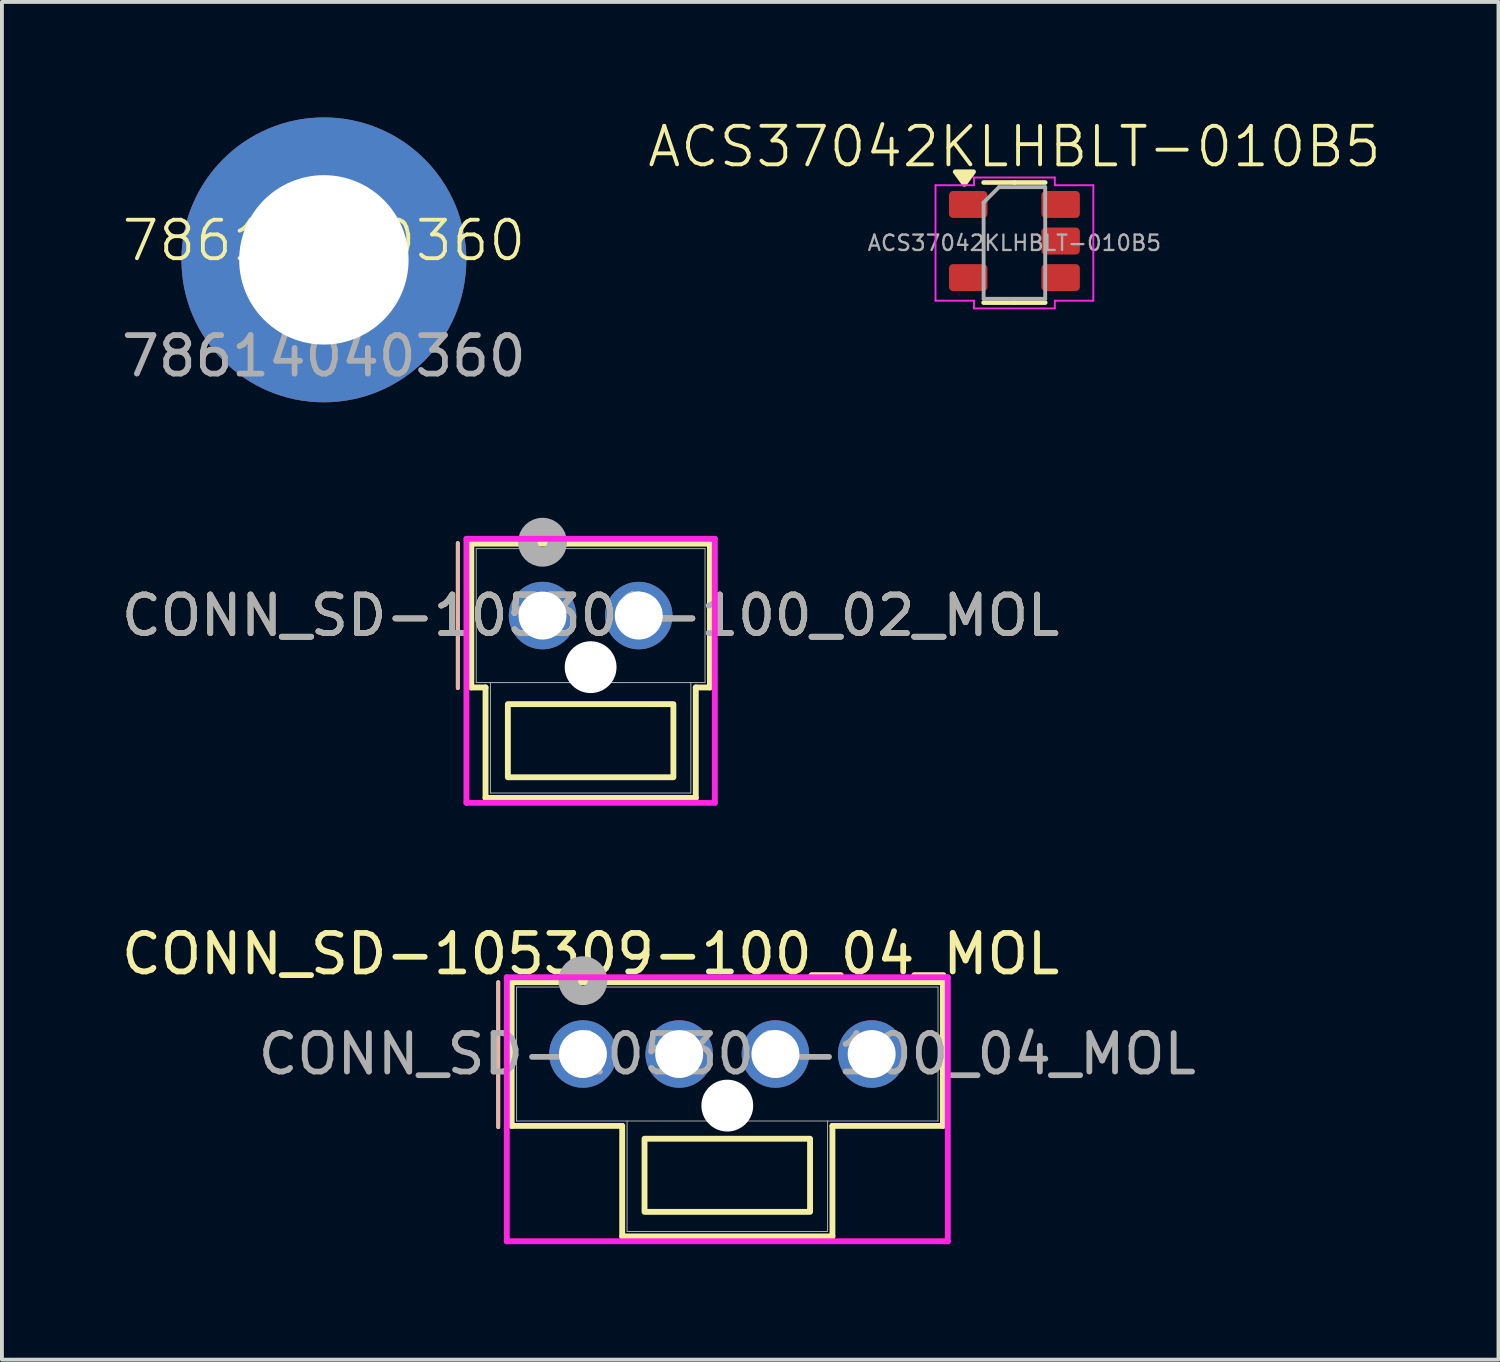
<source format=kicad_pcb>
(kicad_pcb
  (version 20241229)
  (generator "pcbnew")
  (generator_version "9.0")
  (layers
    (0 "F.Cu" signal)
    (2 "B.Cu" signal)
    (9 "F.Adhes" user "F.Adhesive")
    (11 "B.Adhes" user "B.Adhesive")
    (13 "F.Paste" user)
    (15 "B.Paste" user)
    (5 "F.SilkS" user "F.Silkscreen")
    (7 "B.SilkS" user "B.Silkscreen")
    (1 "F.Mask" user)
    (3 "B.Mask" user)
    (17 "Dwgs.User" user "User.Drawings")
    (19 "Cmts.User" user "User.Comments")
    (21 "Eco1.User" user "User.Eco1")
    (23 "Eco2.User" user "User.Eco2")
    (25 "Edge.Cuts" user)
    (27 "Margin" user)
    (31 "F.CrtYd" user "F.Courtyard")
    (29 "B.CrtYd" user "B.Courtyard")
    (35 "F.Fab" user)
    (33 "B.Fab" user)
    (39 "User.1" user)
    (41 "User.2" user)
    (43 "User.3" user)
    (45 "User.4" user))
  (footprint "ACS37042KLHBLT-010B5"
    (layer "F.Cu")
    (at 23.3 3.211)
    (property "Reference" "ACS37042KLHBLT-010B5" (at 0 -2.45 0) (unlocked yes) (layer "F.SilkS") (effects (font (size 1 1) (thickness 0.1))))
    (attr board_only exclude_from_pos_files exclude_from_bom)
    (fp_line (start 0 -1.52) (end -0.8 -1.52) (stroke (width 0.12) (type solid)) (layer "F.SilkS"))
    (fp_line (start 0 -1.52) (end 0.8 -1.52) (stroke (width 0.12) (type solid)) (layer "F.SilkS"))
    (fp_line (start 0 1.6) (end -0.8 1.6) (stroke (width 0.12) (type solid)) (layer "F.SilkS"))
    (fp_line (start 0 1.6) (end 0.8 1.6) (stroke (width 0.12) (type solid)) (layer "F.SilkS"))
    (fp_poly (pts (xy -1.3 -1.47) (xy -1.54 -1.8) (xy -1.06 -1.8)) (stroke (width 0.12) (type solid)) (fill yes) (layer "F.SilkS"))
    (fp_line (start -2.05 -1.45) (end -1.05 -1.45) (stroke (width 0.05) (type solid)) (layer "F.CrtYd"))
    (fp_line (start -2.05 1.55) (end -2.05 -1.45) (stroke (width 0.05) (type solid)) (layer "F.CrtYd"))
    (fp_line (start -1.05 -1.65) (end 1.05 -1.65) (stroke (width 0.05) (type solid)) (layer "F.CrtYd"))
    (fp_line (start -1.05 -1.45) (end -1.05 -1.65) (stroke (width 0.05) (type solid)) (layer "F.CrtYd"))
    (fp_line (start -1.05 1.55) (end -2.05 1.55) (stroke (width 0.05) (type solid)) (layer "F.CrtYd"))
    (fp_line (start -1.05 1.75) (end -1.05 1.55) (stroke (width 0.05) (type solid)) (layer "F.CrtYd"))
    (fp_line (start 1.05 -1.65) (end 1.05 -1.45) (stroke (width 0.05) (type solid)) (layer "F.CrtYd"))
    (fp_line (start 1.05 -1.45) (end 2.05 -1.45) (stroke (width 0.05) (type solid)) (layer "F.CrtYd"))
    (fp_line (start 1.05 1.55) (end 1.05 1.75) (stroke (width 0.05) (type solid)) (layer "F.CrtYd"))
    (fp_line (start 1.05 1.75) (end -1.05 1.75) (stroke (width 0.05) (type solid)) (layer "F.CrtYd"))
    (fp_line (start 2.05 -1.45) (end 2.05 1.55) (stroke (width 0.05) (type solid)) (layer "F.CrtYd"))
    (fp_line (start 2.05 1.55) (end 1.05 1.55) (stroke (width 0.05) (type solid)) (layer "F.CrtYd"))
    (fp_line (start -0.8 -1) (end -0.4 -1.4) (stroke (width 0.1) (type solid)) (layer "F.Fab"))
    (fp_line (start -0.8 1.5) (end -0.8 -1) (stroke (width 0.1) (type solid)) (layer "F.Fab"))
    (fp_line (start -0.4 -1.4) (end 0.8 -1.4) (stroke (width 0.1) (type solid)) (layer "F.Fab"))
    (fp_line (start 0.8 -1.4) (end 0.8 1.5) (stroke (width 0.1) (type solid)) (layer "F.Fab"))
    (fp_line (start 0.8 1.5) (end -0.8 1.5) (stroke (width 0.1) (type solid)) (layer "F.Fab"))
    (fp_text user "${REFERENCE}" (at 0 0.05 0) (layer "F.Fab") (effects (font (size 0.4 0.4) (thickness 0.06))))
    (pad "1" smd roundrect (at -1.2 -0.95) (size 1 0.7) (layers "F.Cu" "F.Mask" "F.Paste") (roundrect_rratio 0.15))
    (pad "2" smd roundrect (at -1.2 0.95) (size 1 0.7) (layers "F.Cu" "F.Mask" "F.Paste") (roundrect_rratio 0.15))
    (pad "3" smd roundrect (at 1.2 0.95) (size 1 0.7) (layers "F.Cu" "F.Mask" "F.Paste") (roundrect_rratio 0.15))
    (pad "4" smd roundrect (at 1.2 0) (size 1 0.7) (layers "F.Cu" "F.Mask" "F.Paste") (roundrect_rratio 0.15))
    (pad "5" smd roundrect (at 1.2 -0.95) (size 1 0.7) (layers "F.Cu" "F.Mask" "F.Paste") (roundrect_rratio 0.15)))
  (footprint "78614040360"
    (layer "F.Cu")
    (at 5.363 3.7)
    (property "Reference" "78614040360" (at 0 -0.5 0) (unlocked yes) (layer "F.SilkS") (effects (font (size 1 1) (thickness 0.1))))
    (attr board_only exclude_from_pos_files exclude_from_bom)
    (fp_text user "${REFERENCE}" (at 0 2.5 0) (unlocked yes) (layer "F.Fab") (effects (font (size 1 1) (thickness 0.15))))
    (pad "" thru_hole circle (at 0 0) (size 7.4 7.4) (drill 4.4) (layers "*.Cu" "*.Mask")))
  (footprint "CONN_SD-105309-100_04_MOL"
    (layer "F.Cu")
    (at 12.092 24.329)
    (property "Reference" "CONN_SD-105309-100_04_MOL" (at 0.2 -2.6 0) (unlocked yes) (layer "F.SilkS") (effects (font (size 1 1) (thickness 0.15))))
    (attr through_hole)
    (fp_line (start -2.2 -1.867) (end -2.2 1.9) (stroke (width 0.1) (type default)) (layer "F.SilkS"))
    (fp_line (start -1.851 -1.867) (end -1.851 1.867) (stroke (width 0.152) (type solid)) (layer "F.SilkS"))
    (fp_line (start -1.851 1.867) (end 1.02 1.867) (stroke (width 0.152) (type solid)) (layer "F.SilkS"))
    (fp_line (start 1.02 1.867) (end 1.02 4.737) (stroke (width 0.152) (type solid)) (layer "F.SilkS"))
    (fp_line (start 1.02 4.737) (end 6.481 4.737) (stroke (width 0.152) (type solid)) (layer "F.SilkS"))
    (fp_line (start 6.481 1.867) (end 9.351 1.867) (stroke (width 0.152) (type solid)) (layer "F.SilkS"))
    (fp_line (start 6.481 4.737) (end 6.481 1.867) (stroke (width 0.152) (type solid)) (layer "F.SilkS"))
    (fp_line (start 9.351 -1.867) (end -1.851 -1.867) (stroke (width 0.152) (type solid)) (layer "F.SilkS"))
    (fp_line (start 9.351 1.867) (end 9.351 -1.867) (stroke (width 0.152) (type solid)) (layer "F.SilkS"))
    (fp_rect (start 1.6 2.2) (end 5.9 4.1) (stroke (width 0.152) (type solid)) (fill no) (layer "F.SilkS"))
    (fp_line (start -2.2 1.9) (end -2.2 -1.867) (stroke (width 0.1) (type default)) (layer "B.SilkS"))
    (fp_line (start -1.978 -1.994) (end -1.978 4.864) (stroke (width 0.152) (type solid)) (layer "F.CrtYd"))
    (fp_line (start -1.978 4.864) (end 9.478 4.864) (stroke (width 0.152) (type solid)) (layer "F.CrtYd"))
    (fp_line (start 9.478 -1.994) (end -1.978 -1.994) (stroke (width 0.152) (type solid)) (layer "F.CrtYd"))
    (fp_line (start 9.478 4.864) (end 9.478 -1.994) (stroke (width 0.152) (type solid)) (layer "F.CrtYd"))
    (fp_line (start -1.724 -1.74) (end -1.724 1.74) (stroke (width 0.025) (type solid)) (layer "F.Fab"))
    (fp_line (start -1.724 1.74) (end 9.224 1.74) (stroke (width 0.025) (type solid)) (layer "F.Fab"))
    (fp_line (start 1.147 4.61) (end 1.147 1.74) (stroke (width 0.025) (type solid)) (layer "F.Fab"))
    (fp_line (start 1.147 4.61) (end 6.354 4.61) (stroke (width 0.025) (type solid)) (layer "F.Fab"))
    (fp_line (start 6.354 4.61) (end 6.354 1.74) (stroke (width 0.025) (type solid)) (layer "F.Fab"))
    (fp_line (start 9.224 -1.74) (end -1.724 -1.74) (stroke (width 0.025) (type solid)) (layer "F.Fab"))
    (fp_line (start 9.224 1.74) (end 9.224 -1.74) (stroke (width 0.025) (type solid)) (layer "F.Fab"))
    (fp_circle (center 0 -1.905) (end 0.381 -1.905) (stroke (width 0.508) (type solid)) (fill no) (layer "F.Fab"))
    (fp_text user "${REFERENCE}" (at 3.75 0 0) (unlocked yes) (layer "F.Fab") (effects (font (size 1 1) (thickness 0.15))))
    (pad "" np_thru_hole circle (at 3.75 1.34) (size 1.346 1.346) (drill 1.346) (layers "*.Cu" "*.Mask"))
    (pad "1" thru_hole circle (at 0 0) (size 1.753 1.753) (drill 1.245) (layers "*.Cu" "*.Mask"))
    (pad "2" thru_hole circle (at 2.5 0) (size 1.753 1.753) (drill 1.245) (layers "*.Cu" "*.Mask"))
    (pad "3" thru_hole circle (at 5 0) (size 1.753 1.753) (drill 1.245) (layers "*.Cu" "*.Mask"))
    (pad "4" thru_hole circle (at 7.5 0) (size 1.753 1.753) (drill 1.245) (layers "*.Cu" "*.Mask")))
  (footprint "CONN_SD-105309-100_02_MOL"
    (layer "F.Cu")
    (at 11.042 12.94)
    (property "Reference" "CONN_SD-105309-100_02_MOL" (at 1.25 0 0) (unlocked yes) (layer "F.SilkS") (effects (font (size 1 1) (thickness 0.15))))
    (attr through_hole)
    (fp_line (start -2.2 -1.883) (end -2.2 1.883) (stroke (width 0.1) (type default)) (layer "F.SilkS"))
    (fp_line (start -1.849 -1.867) (end -1.849 1.867) (stroke (width 0.152) (type solid)) (layer "F.SilkS"))
    (fp_line (start -1.849 1.867) (end -1.48 1.867) (stroke (width 0.152) (type solid)) (layer "F.SilkS"))
    (fp_line (start -1.48 1.867) (end -1.48 4.737) (stroke (width 0.152) (type solid)) (layer "F.SilkS"))
    (fp_line (start -1.48 4.737) (end 3.981 4.737) (stroke (width 0.152) (type solid)) (layer "F.SilkS"))
    (fp_line (start 3.981 1.867) (end 4.349 1.867) (stroke (width 0.152) (type solid)) (layer "F.SilkS"))
    (fp_line (start 3.981 4.737) (end 3.981 1.867) (stroke (width 0.152) (type solid)) (layer "F.SilkS"))
    (fp_line (start 4.349 -1.867) (end -1.849 -1.867) (stroke (width 0.152) (type solid)) (layer "F.SilkS"))
    (fp_line (start 4.349 1.867) (end 4.349 -1.867) (stroke (width 0.152) (type solid)) (layer "F.SilkS"))
    (fp_rect (start -0.9 2.3) (end 3.4 4.2) (stroke (width 0.152) (type solid)) (fill no) (layer "F.SilkS"))
    (fp_line (start -2.2 1.883) (end -2.2 -1.883) (stroke (width 0.1) (type default)) (layer "B.SilkS"))
    (fp_line (start -1.976 -1.994) (end -1.976 4.864) (stroke (width 0.152) (type solid)) (layer "F.CrtYd"))
    (fp_line (start -1.976 4.864) (end 4.476 4.864) (stroke (width 0.152) (type solid)) (layer "F.CrtYd"))
    (fp_line (start 4.476 -1.994) (end -1.976 -1.994) (stroke (width 0.152) (type solid)) (layer "F.CrtYd"))
    (fp_line (start 4.476 4.864) (end 4.476 -1.994) (stroke (width 0.152) (type solid)) (layer "F.CrtYd"))
    (fp_line (start -1.722 -1.74) (end -1.722 1.74) (stroke (width 0.025) (type solid)) (layer "F.Fab"))
    (fp_line (start -1.722 1.74) (end 4.222 1.74) (stroke (width 0.025) (type solid)) (layer "F.Fab"))
    (fp_line (start -1.353 1.74) (end -1.353 4.61) (stroke (width 0.025) (type solid)) (layer "F.Fab"))
    (fp_line (start 3.853 4.61) (end -1.353 4.61) (stroke (width 0.025) (type solid)) (layer "F.Fab"))
    (fp_line (start 3.853 4.61) (end 3.853 1.74) (stroke (width 0.025) (type solid)) (layer "F.Fab"))
    (fp_line (start 4.222 -1.74) (end -1.722 -1.74) (stroke (width 0.025) (type solid)) (layer "F.Fab"))
    (fp_line (start 4.222 1.74) (end 4.222 -1.74) (stroke (width 0.025) (type solid)) (layer "F.Fab"))
    (fp_circle (center 0 -1.905) (end 0.381 -1.905) (stroke (width 0.508) (type solid)) (fill no) (layer "F.Fab"))
    (fp_text user "${REFERENCE}" (at 1.25 0 0) (unlocked yes) (layer "F.Fab") (effects (font (size 1 1) (thickness 0.15))))
    (pad "" np_thru_hole circle (at 1.25 1.34) (size 1.346 1.346) (drill 1.346) (layers "*.Cu" "*.Mask"))
    (pad "1" thru_hole circle (at 0 0) (size 1.753 1.753) (drill 1.245) (layers "*.Cu" "*.Mask"))
    (pad "2" thru_hole circle (at 2.5 0) (size 1.753 1.753) (drill 1.245) (layers "*.Cu" "*.Mask")))
  (gr_rect
    (start -3 -3)
    (end 35.874 32.269)
    (stroke (width 0.1) (type default))
    (fill no)
    (layer "Edge.Cuts")))
</source>
